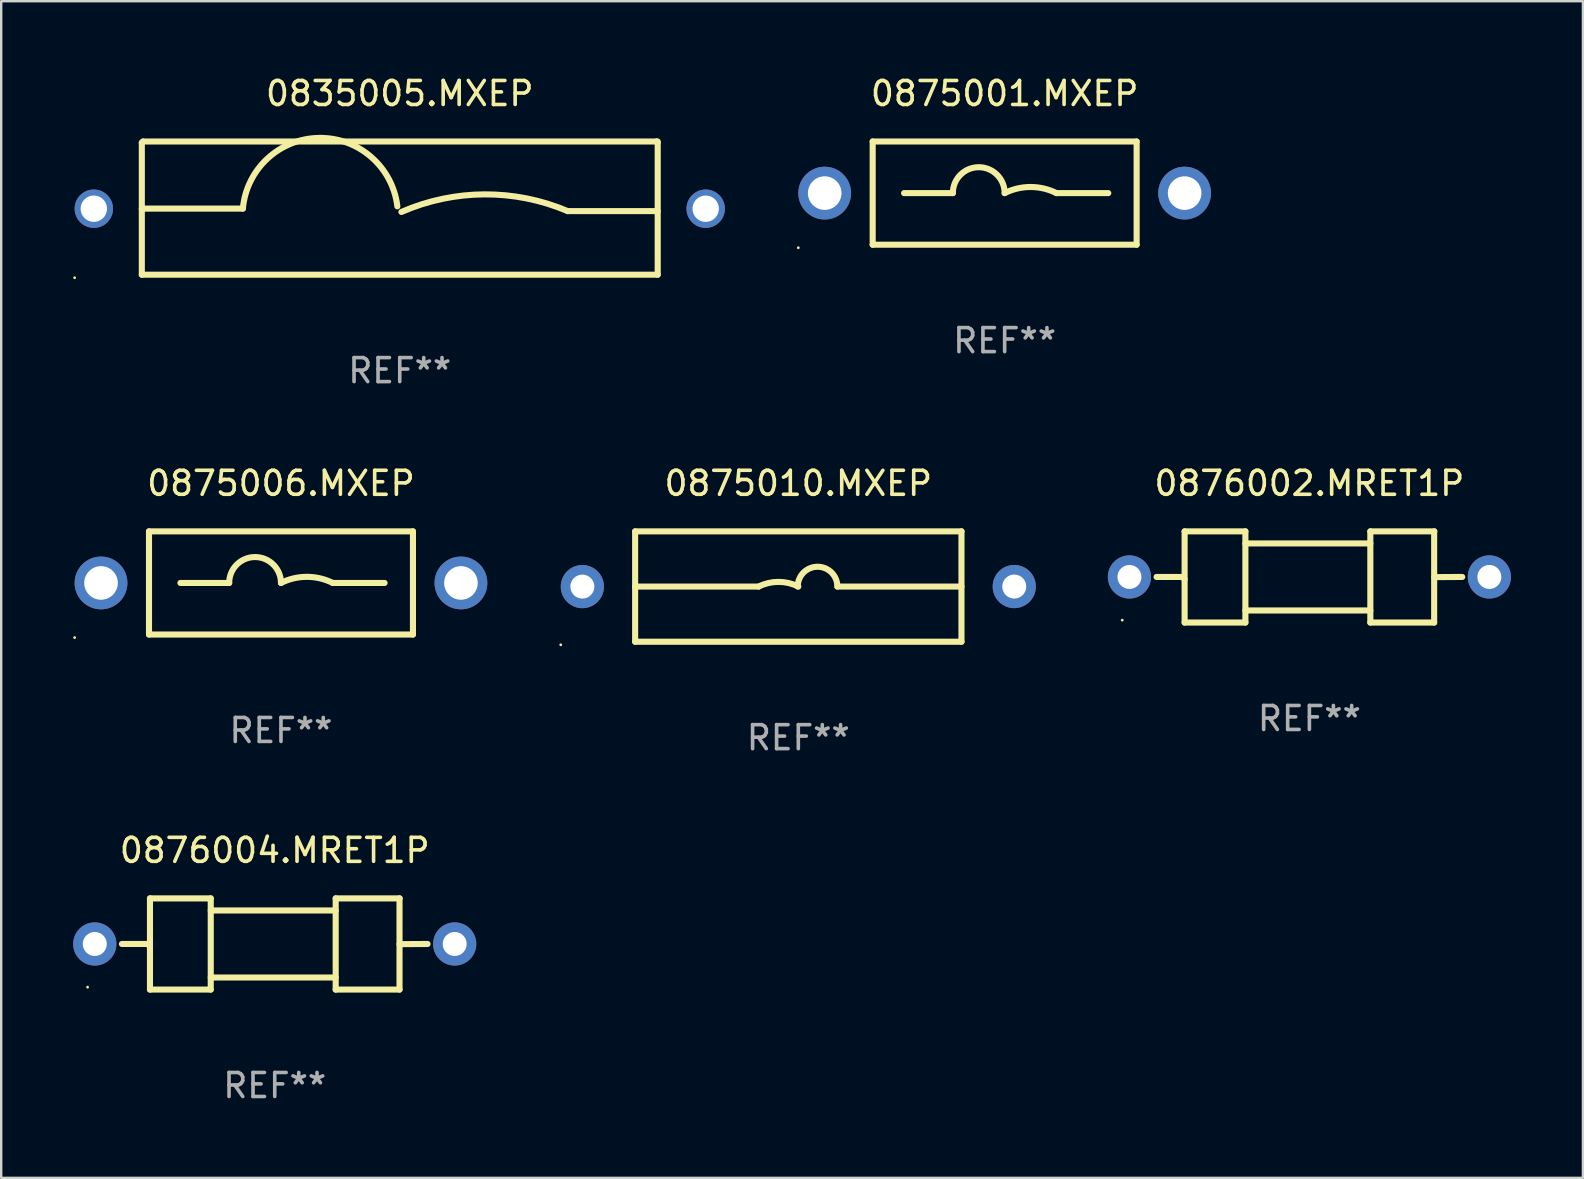
<source format=kicad_pcb>
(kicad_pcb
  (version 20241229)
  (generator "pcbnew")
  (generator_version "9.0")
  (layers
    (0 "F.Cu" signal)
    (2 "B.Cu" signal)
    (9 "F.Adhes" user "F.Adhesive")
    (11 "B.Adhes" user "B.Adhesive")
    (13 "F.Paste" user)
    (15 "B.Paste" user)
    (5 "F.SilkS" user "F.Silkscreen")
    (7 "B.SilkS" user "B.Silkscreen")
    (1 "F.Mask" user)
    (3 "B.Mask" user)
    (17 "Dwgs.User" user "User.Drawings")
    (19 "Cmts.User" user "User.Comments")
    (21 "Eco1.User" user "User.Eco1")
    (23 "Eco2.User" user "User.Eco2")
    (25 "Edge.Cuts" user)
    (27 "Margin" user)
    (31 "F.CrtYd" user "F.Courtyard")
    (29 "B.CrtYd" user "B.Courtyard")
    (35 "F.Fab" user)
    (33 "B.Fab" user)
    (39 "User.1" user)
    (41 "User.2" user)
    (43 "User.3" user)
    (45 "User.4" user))
  (footprint "0875010.MXEP"
    (layer "F.Cu")
    (at 30.22 21.395)
    (property "Reference" "0875010.MXEP" (at 0 -4.3 0) (layer "F.SilkS") (effects (font (size 1 1) (thickness 0.15))))
    (attr through_hole)
    (fp_line (start -6.8 -2.3) (end -6.8 2.3) (stroke (width 0.254) (type solid)) (layer "F.SilkS"))
    (fp_line (start -6.8 -2.3) (end 6.8 -2.3) (stroke (width 0.254) (type solid)) (layer "F.SilkS"))
    (fp_line (start -6.8 2.3) (end 6.8 2.3) (stroke (width 0.254) (type solid)) (layer "F.SilkS"))
    (fp_line (start -1.651 0) (end -6.8 0) (stroke (width 0.254) (type solid)) (layer "F.SilkS"))
    (fp_line (start 1.628 0) (end 6.8 0) (stroke (width 0.254) (type solid)) (layer "F.SilkS"))
    (fp_line (start 6.8 -2.3) (end 6.8 2.3) (stroke (width 0.254) (type solid)) (layer "F.SilkS"))
    (fp_arc (start -1.651003 0) (mid -0.825502 -0.194874) (end 0 0) (stroke (width 0.254001) (type solid)) (layer "F.SilkS"))
    (fp_arc (start -0.023013 0) (mid 0.802489 -0.825502) (end 1.627991 0) (stroke (width 0.254001) (type solid)) (layer "F.SilkS"))
    (fp_circle (center -9.9 2.427) (end -9.87 2.427) (stroke (width 0.06) (type solid)) (fill no) (layer "F.SilkS"))
    (fp_text user "REF**" (at 0 6.3 0) (layer "F.Fab") (effects (font (size 1 1) (thickness 0.15))))
    (pad "1" thru_hole circle (at -9 0.002) (size 1.8 1.8) (drill 1) (layers "*.Cu" "*.Mask"))
    (pad "2" thru_hole circle (at 9 0) (size 1.8 1.8) (drill 1) (layers "*.Cu" "*.Mask")))
  (footprint "0875006.MXEP"
    (layer "F.Cu")
    (at 8.66 21.245)
    (property "Reference" "0875006.MXEP" (at 0 -4.15 0) (layer "F.SilkS") (effects (font (size 1 1) (thickness 0.15))))
    (attr through_hole)
    (fp_line (start -5.5 -2.15) (end -5.5 2.15) (stroke (width 0.254) (type solid)) (layer "F.SilkS"))
    (fp_line (start -5.5 -2.15) (end 5.5 -2.15) (stroke (width 0.254) (type solid)) (layer "F.SilkS"))
    (fp_line (start -5.5 2.15) (end 5.5 2.15) (stroke (width 0.254) (type solid)) (layer "F.SilkS"))
    (fp_line (start -2.159 0) (end -4.191 0) (stroke (width 0.254) (type solid)) (layer "F.SilkS"))
    (fp_line (start 2.159 0) (end 4.318 0) (stroke (width 0.254) (type solid)) (layer "F.SilkS"))
    (fp_line (start 5.5 -2.15) (end 5.5 2.15) (stroke (width 0.254) (type solid)) (layer "F.SilkS"))
    (fp_arc (start -2.159004 0) (mid -1.079502 -1.079502) (end 0 0) (stroke (width 0.254001) (type solid)) (layer "F.SilkS"))
    (fp_arc (start 0 0) (mid 1.079502 -0.254836) (end 2.159004 0) (stroke (width 0.254001) (type solid)) (layer "F.SilkS"))
    (fp_circle (center -8.6 2.277) (end -8.57 2.277) (stroke (width 0.06) (type solid)) (fill no) (layer "F.SilkS"))
    (fp_text user "REF**" (at 0 6.15 0) (layer "F.Fab") (effects (font (size 1 1) (thickness 0.15))))
    (pad "1" thru_hole circle (at -7.5 0) (size 2.2 2.2) (drill 1.4) (layers "*.Cu" "*.Mask"))
    (pad "2" thru_hole circle (at 7.5 0) (size 2.2 2.2) (drill 1.4) (layers "*.Cu" "*.Mask")))
  (footprint "0876004.MRET1P"
    (layer "F.Cu")
    (at 8.4 36.291)
    (property "Reference" "0876004.MRET1P" (at 0 -3.9 0) (layer "F.SilkS") (effects (font (size 1 1) (thickness 0.15))))
    (attr through_hole)
    (fp_line (start -6.369 -0.000013) (end -5.295 -0.000013) (stroke (width 0.254) (type solid)) (layer "F.SilkS"))
    (fp_line (start -5.295 -0.000013) (end -5.2 0.095) (stroke (width 0.254) (type solid)) (layer "F.SilkS"))
    (fp_line (start -5.2 -1.9) (end -5.2 1.9) (stroke (width 0.254) (type solid)) (layer "F.SilkS"))
    (fp_line (start -5.2 -1.9) (end -2.667 -1.9) (stroke (width 0.254) (type solid)) (layer "F.SilkS"))
    (fp_line (start -5.2 1.9) (end -2.667 1.9) (stroke (width 0.254) (type solid)) (layer "F.SilkS"))
    (fp_line (start -2.667 -1.9) (end -2.667 1.9) (stroke (width 0.254) (type solid)) (layer "F.SilkS"))
    (fp_line (start -2.667 -1.397) (end 2.54 -1.397) (stroke (width 0.254) (type solid)) (layer "F.SilkS"))
    (fp_line (start -2.667 1.397) (end 2.54 1.397) (stroke (width 0.254) (type solid)) (layer "F.SilkS"))
    (fp_line (start 2.54 -1.9) (end 2.54 1.9) (stroke (width 0.254) (type solid)) (layer "F.SilkS"))
    (fp_line (start 2.54 -1.9) (end 5.207 -1.9) (stroke (width 0.254) (type solid)) (layer "F.SilkS"))
    (fp_line (start 2.54 1.9) (end 5.2 1.9) (stroke (width 0.254) (type solid)) (layer "F.SilkS"))
    (fp_line (start 5.2 -1.9) (end 5.2 1.9) (stroke (width 0.254) (type solid)) (layer "F.SilkS"))
    (fp_line (start 6.369 -0.000013) (end 5.2 0.007) (stroke (width 0.254) (type solid)) (layer "F.SilkS"))
    (fp_circle (center -7.8 1.8) (end -7.77 1.8) (stroke (width 0.06) (type solid)) (fill no) (layer "F.SilkS"))
    (fp_text user "REF**" (at 0 5.9 0) (layer "F.Fab") (effects (font (size 1 1) (thickness 0.15))))
    (pad "1" thru_hole circle (at -7.5 -0.000013) (size 1.8 1.8) (drill 1) (layers "*.Cu" "*.Mask"))
    (pad "2" thru_hole circle (at 7.5 -0.000013) (size 1.8 1.8) (drill 1) (layers "*.Cu" "*.Mask")))
  (footprint "0876002.MRET1P"
    (layer "F.Cu")
    (at 51.52 20.995)
    (property "Reference" "0876002.MRET1P" (at 0 -3.9 0) (layer "F.SilkS") (effects (font (size 1 1) (thickness 0.15))))
    (attr through_hole)
    (fp_line (start -6.369 -0.000013) (end -5.295 -0.000013) (stroke (width 0.254) (type solid)) (layer "F.SilkS"))
    (fp_line (start -5.295 -0.000013) (end -5.2 0.095) (stroke (width 0.254) (type solid)) (layer "F.SilkS"))
    (fp_line (start -5.2 -1.9) (end -5.2 1.9) (stroke (width 0.254) (type solid)) (layer "F.SilkS"))
    (fp_line (start -5.2 -1.9) (end -2.667 -1.9) (stroke (width 0.254) (type solid)) (layer "F.SilkS"))
    (fp_line (start -5.2 1.9) (end -2.667 1.9) (stroke (width 0.254) (type solid)) (layer "F.SilkS"))
    (fp_line (start -2.667 -1.9) (end -2.667 1.9) (stroke (width 0.254) (type solid)) (layer "F.SilkS"))
    (fp_line (start -2.667 -1.397) (end 2.54 -1.397) (stroke (width 0.254) (type solid)) (layer "F.SilkS"))
    (fp_line (start -2.667 1.397) (end 2.54 1.397) (stroke (width 0.254) (type solid)) (layer "F.SilkS"))
    (fp_line (start 2.54 -1.9) (end 2.54 1.9) (stroke (width 0.254) (type solid)) (layer "F.SilkS"))
    (fp_line (start 2.54 -1.9) (end 5.207 -1.9) (stroke (width 0.254) (type solid)) (layer "F.SilkS"))
    (fp_line (start 2.54 1.9) (end 5.2 1.9) (stroke (width 0.254) (type solid)) (layer "F.SilkS"))
    (fp_line (start 5.2 -1.9) (end 5.2 1.9) (stroke (width 0.254) (type solid)) (layer "F.SilkS"))
    (fp_line (start 6.369 -0.000013) (end 5.2 0.007) (stroke (width 0.254) (type solid)) (layer "F.SilkS"))
    (fp_circle (center -7.8 1.8) (end -7.77 1.8) (stroke (width 0.06) (type solid)) (fill no) (layer "F.SilkS"))
    (fp_text user "REF**" (at 0 5.9 0) (layer "F.Fab") (effects (font (size 1 1) (thickness 0.15))))
    (pad "1" thru_hole circle (at -7.5 -0.000013) (size 1.8 1.8) (drill 1) (layers "*.Cu" "*.Mask"))
    (pad "2" thru_hole circle (at 7.5 -0.000013) (size 1.8 1.8) (drill 1) (layers "*.Cu" "*.Mask")))
  (footprint "0835005.MXEP"
    (layer "F.Cu")
    (at 13.61 5.623)
    (property "Reference" "0835005.MXEP" (at 0 -4.775 0) (layer "F.SilkS") (effects (font (size 1 1) (thickness 0.15))))
    (attr through_hole)
    (fp_line (start -10.75 -2.725) (end -10.7 -2.775) (stroke (width 0.254) (type solid)) (layer "F.SilkS"))
    (fp_line (start -10.75 2.775) (end -10.75 -2.725) (stroke (width 0.254) (type solid)) (layer "F.SilkS"))
    (fp_line (start -10.75 2.775) (end 10.75 2.775) (stroke (width 0.254) (type solid)) (layer "F.SilkS"))
    (fp_line (start -10.7 -2.775) (end 10.7 -2.775) (stroke (width 0.254) (type solid)) (layer "F.SilkS"))
    (fp_line (start -6.538 0.021) (end -10.75 0.021) (stroke (width 0.254) (type solid)) (layer "F.SilkS"))
    (fp_line (start 7 0.125) (end 10.75 0.125) (stroke (width 0.254) (type solid)) (layer "F.SilkS"))
    (fp_line (start 10.7 -2.775) (end 10.75 -2.725) (stroke (width 0.254) (type solid)) (layer "F.SilkS"))
    (fp_line (start 10.75 2.775) (end 10.75 -2.775) (stroke (width 0.254) (type solid)) (layer "F.SilkS"))
    (fp_arc (start -6.538277 0.020573) (mid -3.362163 -2.925392) (end -0.1 -0.075006) (stroke (width 0.254001) (type solid)) (layer "F.SilkS"))
    (fp_arc (start 0.069571 0.160528) (mid 3.531132 -0.572293) (end 7.000025 0.124994) (stroke (width 0.254001) (type solid)) (layer "F.SilkS"))
    (fp_circle (center -13.55 2.902) (end -13.52 2.902) (stroke (width 0.06) (type solid)) (fill no) (layer "F.SilkS"))
    (fp_text user "REF**" (at 0 6.775 0) (layer "F.Fab") (effects (font (size 1 1) (thickness 0.15))))
    (pad "1" thru_hole circle (at -12.75 0.025) (size 1.6 1.6) (drill 1.1) (layers "*.Cu" "*.Mask"))
    (pad "2" thru_hole circle (at 12.75 0.025) (size 1.6 1.6) (drill 1.1) (layers "*.Cu" "*.Mask")))
  (footprint "0875001.MXEP"
    (layer "F.Cu")
    (at 38.82 4.998)
    (property "Reference" "0875001.MXEP" (at 0 -4.15 0) (layer "F.SilkS") (effects (font (size 1 1) (thickness 0.15))))
    (attr through_hole)
    (fp_line (start -5.5 -2.15) (end -5.5 2.15) (stroke (width 0.254) (type solid)) (layer "F.SilkS"))
    (fp_line (start -5.5 -2.15) (end 5.5 -2.15) (stroke (width 0.254) (type solid)) (layer "F.SilkS"))
    (fp_line (start -5.5 2.15) (end 5.5 2.15) (stroke (width 0.254) (type solid)) (layer "F.SilkS"))
    (fp_line (start -2.159 0) (end -4.191 0) (stroke (width 0.254) (type solid)) (layer "F.SilkS"))
    (fp_line (start 2.159 0) (end 4.318 0) (stroke (width 0.254) (type solid)) (layer "F.SilkS"))
    (fp_line (start 5.5 -2.15) (end 5.5 2.15) (stroke (width 0.254) (type solid)) (layer "F.SilkS"))
    (fp_arc (start -2.159004 0) (mid -1.079502 -1.079502) (end 0 0) (stroke (width 0.254001) (type solid)) (layer "F.SilkS"))
    (fp_arc (start 0 0) (mid 1.079502 -0.254836) (end 2.159004 0) (stroke (width 0.254001) (type solid)) (layer "F.SilkS"))
    (fp_circle (center -8.6 2.277) (end -8.57 2.277) (stroke (width 0.06) (type solid)) (fill no) (layer "F.SilkS"))
    (fp_text user "REF**" (at 0 6.15 0) (layer "F.Fab") (effects (font (size 1 1) (thickness 0.15))))
    (pad "1" thru_hole circle (at -7.5 0) (size 2.2 2.2) (drill 1.4) (layers "*.Cu" "*.Mask"))
    (pad "2" thru_hole circle (at 7.5 0) (size 2.2 2.2) (drill 1.4) (layers "*.Cu" "*.Mask")))
  (gr_rect
    (start -3 -3)
    (end 62.92 46.04)
    (stroke (width 0.1) (type default))
    (fill no)
    (layer "Edge.Cuts")))
</source>
